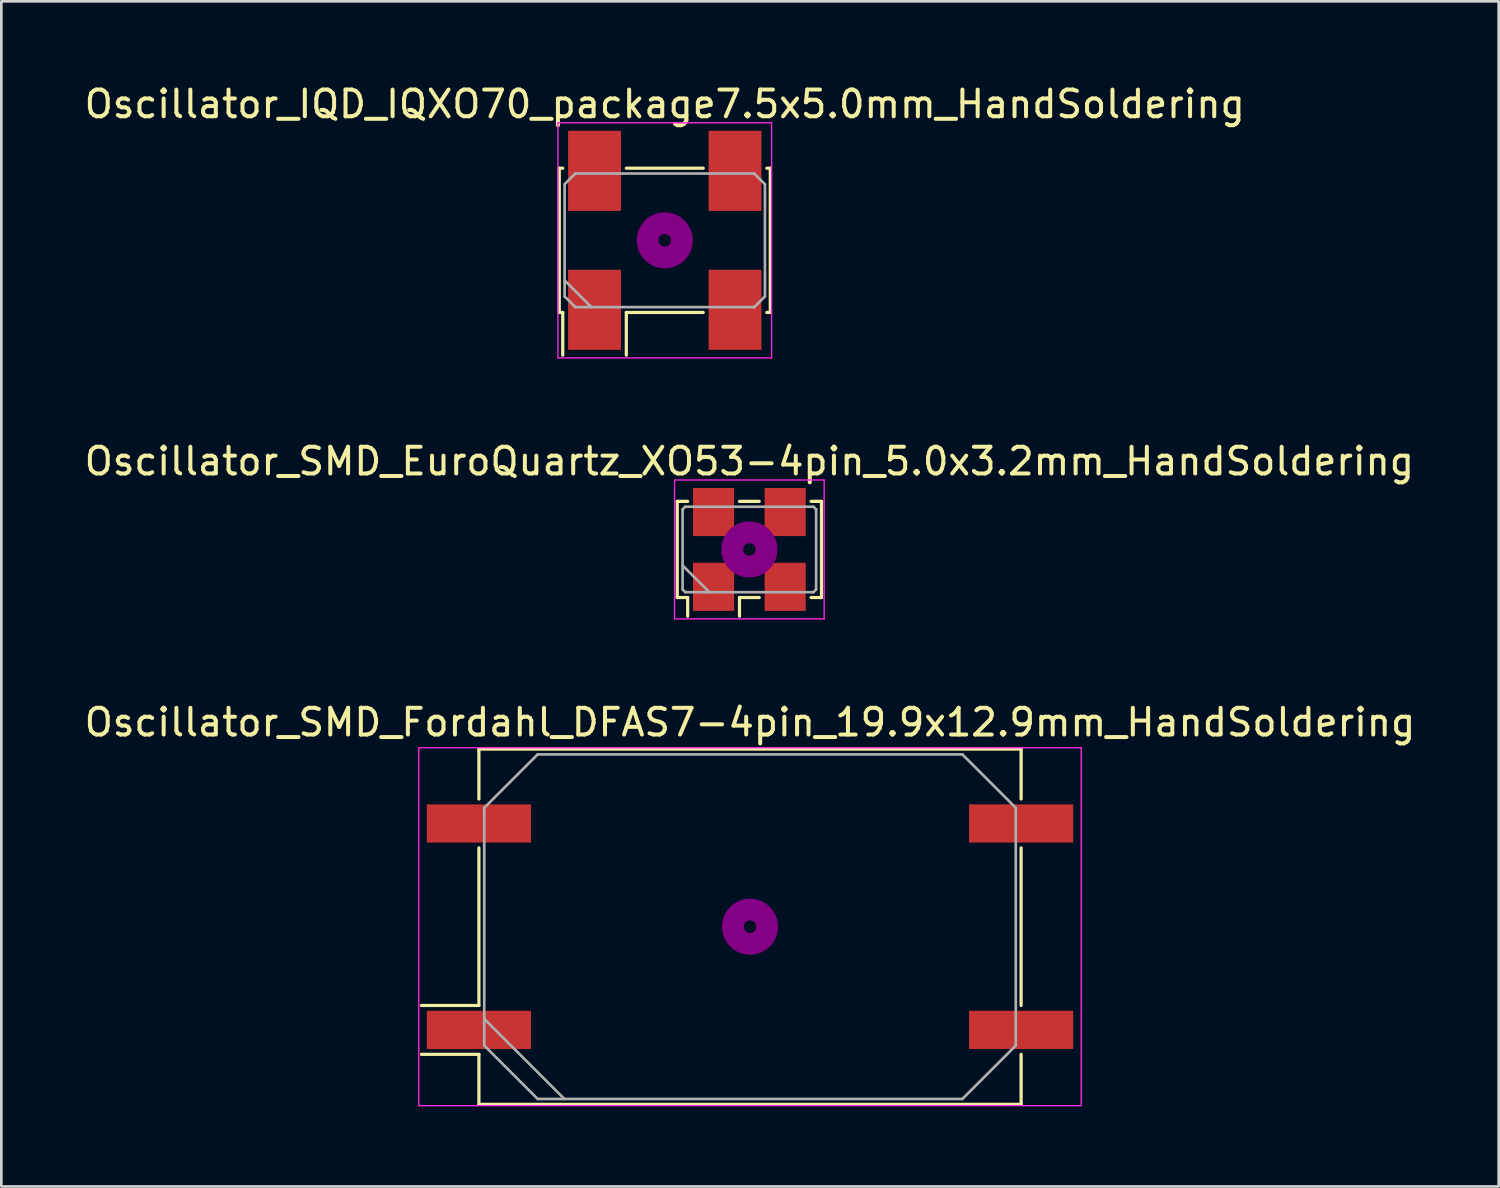
<source format=kicad_pcb>
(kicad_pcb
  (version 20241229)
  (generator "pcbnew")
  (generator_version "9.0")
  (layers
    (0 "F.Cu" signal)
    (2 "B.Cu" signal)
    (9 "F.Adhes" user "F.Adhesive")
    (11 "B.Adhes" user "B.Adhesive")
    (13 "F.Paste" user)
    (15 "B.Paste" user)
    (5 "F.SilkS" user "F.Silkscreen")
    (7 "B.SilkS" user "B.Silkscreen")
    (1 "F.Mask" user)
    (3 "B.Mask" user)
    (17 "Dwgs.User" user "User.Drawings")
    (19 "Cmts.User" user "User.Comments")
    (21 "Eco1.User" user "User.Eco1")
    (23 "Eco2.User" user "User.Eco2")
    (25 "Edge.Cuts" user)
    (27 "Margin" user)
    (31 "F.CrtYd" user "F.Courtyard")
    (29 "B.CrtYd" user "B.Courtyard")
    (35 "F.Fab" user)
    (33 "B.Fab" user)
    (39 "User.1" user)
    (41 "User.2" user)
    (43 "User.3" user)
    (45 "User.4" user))
  (footprint "Oscillator_IQD_IQXO70_package7.5x5.0mm_HandSoldering"
    (layer "F.Cu")
    (at 21.839 5.948)
    (property "Reference" "Oscillator_IQD_IQXO70_package7.5x5.0mm_HandSoldering" (at 0 -5.1 0) (layer "F.SilkS") (effects (font (size 1 1) (thickness 0.15))))
    (attr smd)
    (fp_line (start -3.95 -2.7) (end -3.82 -2.7) (stroke (width 0.12) (type solid)) (layer "F.SilkS"))
    (fp_line (start -3.95 2.7) (end -3.95 -2.7) (stroke (width 0.12) (type solid)) (layer "F.SilkS"))
    (fp_line (start -3.82 2.7) (end -3.95 2.7) (stroke (width 0.12) (type solid)) (layer "F.SilkS"))
    (fp_line (start -3.82 4.3) (end -3.82 2.7) (stroke (width 0.12) (type solid)) (layer "F.SilkS"))
    (fp_line (start -1.44 -2.7) (end 1.44 -2.7) (stroke (width 0.12) (type solid)) (layer "F.SilkS"))
    (fp_line (start -1.44 2.7) (end -1.44 4.3) (stroke (width 0.12) (type solid)) (layer "F.SilkS"))
    (fp_line (start 1.44 2.7) (end -1.44 2.7) (stroke (width 0.12) (type solid)) (layer "F.SilkS"))
    (fp_line (start 3.82 -2.7) (end 3.95 -2.7) (stroke (width 0.12) (type solid)) (layer "F.SilkS"))
    (fp_line (start 3.95 -2.7) (end 3.95 2.7) (stroke (width 0.12) (type solid)) (layer "F.SilkS"))
    (fp_line (start 3.95 2.7) (end 3.82 2.7) (stroke (width 0.12) (type solid)) (layer "F.SilkS"))
    (fp_circle (center 0 0) (end 0.233 0) (stroke (width 0.467) (type solid)) (fill no) (layer "F.Adhes"))
    (fp_circle (center 0 0) (end 0.533 0) (stroke (width 0.333) (type solid)) (fill no) (layer "F.Adhes"))
    (fp_circle (center 0 0) (end 0.833 0) (stroke (width 0.333) (type solid)) (fill no) (layer "F.Adhes"))
    (fp_circle (center 0 0) (end 1 0) (stroke (width 0.1) (type solid)) (fill no) (layer "F.Adhes"))
    (fp_line (start -4 -4.4) (end -4 4.4) (stroke (width 0.05) (type solid)) (layer "F.CrtYd"))
    (fp_line (start -4 4.4) (end 4 4.4) (stroke (width 0.05) (type solid)) (layer "F.CrtYd"))
    (fp_line (start 4 -4.4) (end -4 -4.4) (stroke (width 0.05) (type solid)) (layer "F.CrtYd"))
    (fp_line (start 4 4.4) (end 4 -4.4) (stroke (width 0.05) (type solid)) (layer "F.CrtYd"))
    (fp_line (start -3.75 -2.1) (end -3.35 -2.5) (stroke (width 0.1) (type solid)) (layer "F.Fab"))
    (fp_line (start -3.75 1.5) (end -2.75 2.5) (stroke (width 0.1) (type solid)) (layer "F.Fab"))
    (fp_line (start -3.75 2.1) (end -3.75 -2.1) (stroke (width 0.1) (type solid)) (layer "F.Fab"))
    (fp_line (start -3.35 -2.5) (end 3.35 -2.5) (stroke (width 0.1) (type solid)) (layer "F.Fab"))
    (fp_line (start -3.35 2.5) (end -3.75 2.1) (stroke (width 0.1) (type solid)) (layer "F.Fab"))
    (fp_line (start 3.35 -2.5) (end 3.75 -2.1) (stroke (width 0.1) (type solid)) (layer "F.Fab"))
    (fp_line (start 3.35 2.5) (end -3.35 2.5) (stroke (width 0.1) (type solid)) (layer "F.Fab"))
    (fp_line (start 3.75 -2.1) (end 3.75 2.1) (stroke (width 0.1) (type solid)) (layer "F.Fab"))
    (fp_line (start 3.75 2.1) (end 3.35 2.5) (stroke (width 0.1) (type solid)) (layer "F.Fab"))
    (pad "1" smd rect (at -2.63 2.6) (size 1.98 3) (layers "F.Cu" "F.Mask"))
    (pad "2" smd rect (at 2.63 2.6) (size 1.98 3) (layers "F.Cu" "F.Mask"))
    (pad "3" smd rect (at 2.63 -2.6) (size 1.98 3) (layers "F.Cu" "F.Mask"))
    (pad "4" smd rect (at -2.63 -2.6) (size 1.98 3) (layers "F.Cu" "F.Mask")))
  (footprint "Oscillator_SMD_EuroQuartz_XO53-4pin_5.0x3.2mm_HandSoldering"
    (layer "F.Cu")
    (at 25.006 17.521)
    (property "Reference" "Oscillator_SMD_EuroQuartz_XO53-4pin_5.0x3.2mm_HandSoldering" (at 0 -3.3 0) (layer "F.SilkS") (effects (font (size 1 1) (thickness 0.15))))
    (attr smd)
    (fp_line (start -2.7 -1.8) (end -2.31 -1.8) (stroke (width 0.12) (type solid)) (layer "F.SilkS"))
    (fp_line (start -2.7 1.8) (end -2.7 -1.8) (stroke (width 0.12) (type solid)) (layer "F.SilkS"))
    (fp_line (start -2.31 1.8) (end -2.7 1.8) (stroke (width 0.12) (type solid)) (layer "F.SilkS"))
    (fp_line (start -2.31 2.5) (end -2.31 1.8) (stroke (width 0.12) (type solid)) (layer "F.SilkS"))
    (fp_line (start -0.37 -1.8) (end 0.37 -1.8) (stroke (width 0.12) (type solid)) (layer "F.SilkS"))
    (fp_line (start -0.37 1.8) (end -0.37 2.5) (stroke (width 0.12) (type solid)) (layer "F.SilkS"))
    (fp_line (start 0.37 1.8) (end -0.37 1.8) (stroke (width 0.12) (type solid)) (layer "F.SilkS"))
    (fp_line (start 2.31 -1.8) (end 2.7 -1.8) (stroke (width 0.12) (type solid)) (layer "F.SilkS"))
    (fp_line (start 2.7 -1.8) (end 2.7 1.8) (stroke (width 0.12) (type solid)) (layer "F.SilkS"))
    (fp_line (start 2.7 1.8) (end 2.31 1.8) (stroke (width 0.12) (type solid)) (layer "F.SilkS"))
    (fp_circle (center 0 0) (end 0.233 0) (stroke (width 0.467) (type solid)) (fill no) (layer "F.Adhes"))
    (fp_circle (center 0 0) (end 0.533 0) (stroke (width 0.333) (type solid)) (fill no) (layer "F.Adhes"))
    (fp_circle (center 0 0) (end 0.833 0) (stroke (width 0.333) (type solid)) (fill no) (layer "F.Adhes"))
    (fp_circle (center 0 0) (end 1 0) (stroke (width 0.1) (type solid)) (fill no) (layer "F.Adhes"))
    (fp_line (start -2.8 -2.6) (end -2.8 2.6) (stroke (width 0.05) (type solid)) (layer "F.CrtYd"))
    (fp_line (start -2.8 2.6) (end 2.8 2.6) (stroke (width 0.05) (type solid)) (layer "F.CrtYd"))
    (fp_line (start 2.8 -2.6) (end -2.8 -2.6) (stroke (width 0.05) (type solid)) (layer "F.CrtYd"))
    (fp_line (start 2.8 2.6) (end 2.8 -2.6) (stroke (width 0.05) (type solid)) (layer "F.CrtYd"))
    (fp_line (start -2.5 -1.5) (end -2.4 -1.6) (stroke (width 0.1) (type solid)) (layer "F.Fab"))
    (fp_line (start -2.5 0.6) (end -1.5 1.6) (stroke (width 0.1) (type solid)) (layer "F.Fab"))
    (fp_line (start -2.5 1.5) (end -2.5 -1.5) (stroke (width 0.1) (type solid)) (layer "F.Fab"))
    (fp_line (start -2.4 -1.6) (end 2.4 -1.6) (stroke (width 0.1) (type solid)) (layer "F.Fab"))
    (fp_line (start -2.4 1.6) (end -2.5 1.5) (stroke (width 0.1) (type solid)) (layer "F.Fab"))
    (fp_line (start 2.4 -1.6) (end 2.5 -1.5) (stroke (width 0.1) (type solid)) (layer "F.Fab"))
    (fp_line (start 2.4 1.6) (end -2.4 1.6) (stroke (width 0.1) (type solid)) (layer "F.Fab"))
    (fp_line (start 2.5 -1.5) (end 2.5 1.5) (stroke (width 0.1) (type solid)) (layer "F.Fab"))
    (fp_line (start 2.5 1.5) (end 2.4 1.6) (stroke (width 0.1) (type solid)) (layer "F.Fab"))
    (pad "1" smd rect (at -1.34 1.4) (size 1.54 1.8) (layers "F.Cu" "F.Mask"))
    (pad "2" smd rect (at 1.34 1.4) (size 1.54 1.8) (layers "F.Cu" "F.Mask"))
    (pad "3" smd rect (at 1.34 -1.4) (size 1.54 1.8) (layers "F.Cu" "F.Mask"))
    (pad "4" smd rect (at -1.34 -1.4) (size 1.54 1.8) (layers "F.Cu" "F.Mask")))
  (footprint "Oscillator_SMD_Fordahl_DFAS7-4pin_19.9x12.9mm_HandSoldering"
    (layer "F.Cu")
    (at 25.03 31.645)
    (property "Reference" "Oscillator_SMD_Fordahl_DFAS7-4pin_19.9x12.9mm_HandSoldering" (at 0 -7.65 0) (layer "F.SilkS") (effects (font (size 1 1) (thickness 0.15))))
    (attr smd)
    (fp_line (start -12.3 2.95) (end -10.15 2.95) (stroke (width 0.12) (type solid)) (layer "F.SilkS"))
    (fp_line (start -12.3 4.78) (end -10.15 4.78) (stroke (width 0.12) (type solid)) (layer "F.SilkS"))
    (fp_line (start -10.15 -6.65) (end 10.15 -6.65) (stroke (width 0.12) (type solid)) (layer "F.SilkS"))
    (fp_line (start -10.15 -4.78) (end -10.15 -6.65) (stroke (width 0.12) (type solid)) (layer "F.SilkS"))
    (fp_line (start -10.15 2.95) (end -10.15 -2.95) (stroke (width 0.12) (type solid)) (layer "F.SilkS"))
    (fp_line (start -10.15 4.78) (end -10.15 6.65) (stroke (width 0.12) (type solid)) (layer "F.SilkS"))
    (fp_line (start -10.15 6.65) (end 10.15 6.65) (stroke (width 0.12) (type solid)) (layer "F.SilkS"))
    (fp_line (start 10.15 -6.65) (end 10.15 -4.78) (stroke (width 0.12) (type solid)) (layer "F.SilkS"))
    (fp_line (start 10.15 -2.95) (end 10.15 2.95) (stroke (width 0.12) (type solid)) (layer "F.SilkS"))
    (fp_line (start 10.15 6.65) (end 10.15 4.78) (stroke (width 0.12) (type solid)) (layer "F.SilkS"))
    (fp_circle (center 0 0) (end 0.233 0) (stroke (width 0.467) (type solid)) (fill no) (layer "F.Adhes"))
    (fp_circle (center 0 0) (end 0.533 0) (stroke (width 0.333) (type solid)) (fill no) (layer "F.Adhes"))
    (fp_circle (center 0 0) (end 0.833 0) (stroke (width 0.333) (type solid)) (fill no) (layer "F.Adhes"))
    (fp_circle (center 0 0) (end 1 0) (stroke (width 0.1) (type solid)) (fill no) (layer "F.Adhes"))
    (fp_line (start -12.4 -6.7) (end -12.4 6.7) (stroke (width 0.05) (type solid)) (layer "F.CrtYd"))
    (fp_line (start -12.4 6.7) (end 12.4 6.7) (stroke (width 0.05) (type solid)) (layer "F.CrtYd"))
    (fp_line (start 12.4 -6.7) (end -12.4 -6.7) (stroke (width 0.05) (type solid)) (layer "F.CrtYd"))
    (fp_line (start 12.4 6.7) (end 12.4 -6.7) (stroke (width 0.05) (type solid)) (layer "F.CrtYd"))
    (fp_line (start -9.95 -4.45) (end -7.95 -6.45) (stroke (width 0.1) (type solid)) (layer "F.Fab"))
    (fp_line (start -9.95 3.45) (end -6.95 6.45) (stroke (width 0.1) (type solid)) (layer "F.Fab"))
    (fp_line (start -9.95 4.45) (end -9.95 -4.45) (stroke (width 0.1) (type solid)) (layer "F.Fab"))
    (fp_line (start -7.95 -6.45) (end 7.95 -6.45) (stroke (width 0.1) (type solid)) (layer "F.Fab"))
    (fp_line (start -7.95 6.45) (end -9.95 4.45) (stroke (width 0.1) (type solid)) (layer "F.Fab"))
    (fp_line (start 7.95 -6.45) (end 9.95 -4.45) (stroke (width 0.1) (type solid)) (layer "F.Fab"))
    (fp_line (start 7.95 6.45) (end -7.95 6.45) (stroke (width 0.1) (type solid)) (layer "F.Fab"))
    (fp_line (start 9.95 -4.45) (end 9.95 4.45) (stroke (width 0.1) (type solid)) (layer "F.Fab"))
    (fp_line (start 9.95 4.45) (end 7.95 6.45) (stroke (width 0.1) (type solid)) (layer "F.Fab"))
    (pad "1" smd rect (at -10.15 3.865) (size 3.9 1.43) (layers "F.Cu" "F.Mask"))
    (pad "2" smd rect (at 10.15 3.865) (size 3.9 1.43) (layers "F.Cu" "F.Mask"))
    (pad "3" smd rect (at 10.15 -3.865) (size 3.9 1.43) (layers "F.Cu" "F.Mask"))
    (pad "4" smd rect (at -10.15 -3.865) (size 3.9 1.43) (layers "F.Cu" "F.Mask")))
  (gr_rect
    (start -3 -3)
    (end 53.06 41.37)
    (stroke (width 0.1) (type default))
    (fill no)
    (layer "Edge.Cuts")))
</source>
